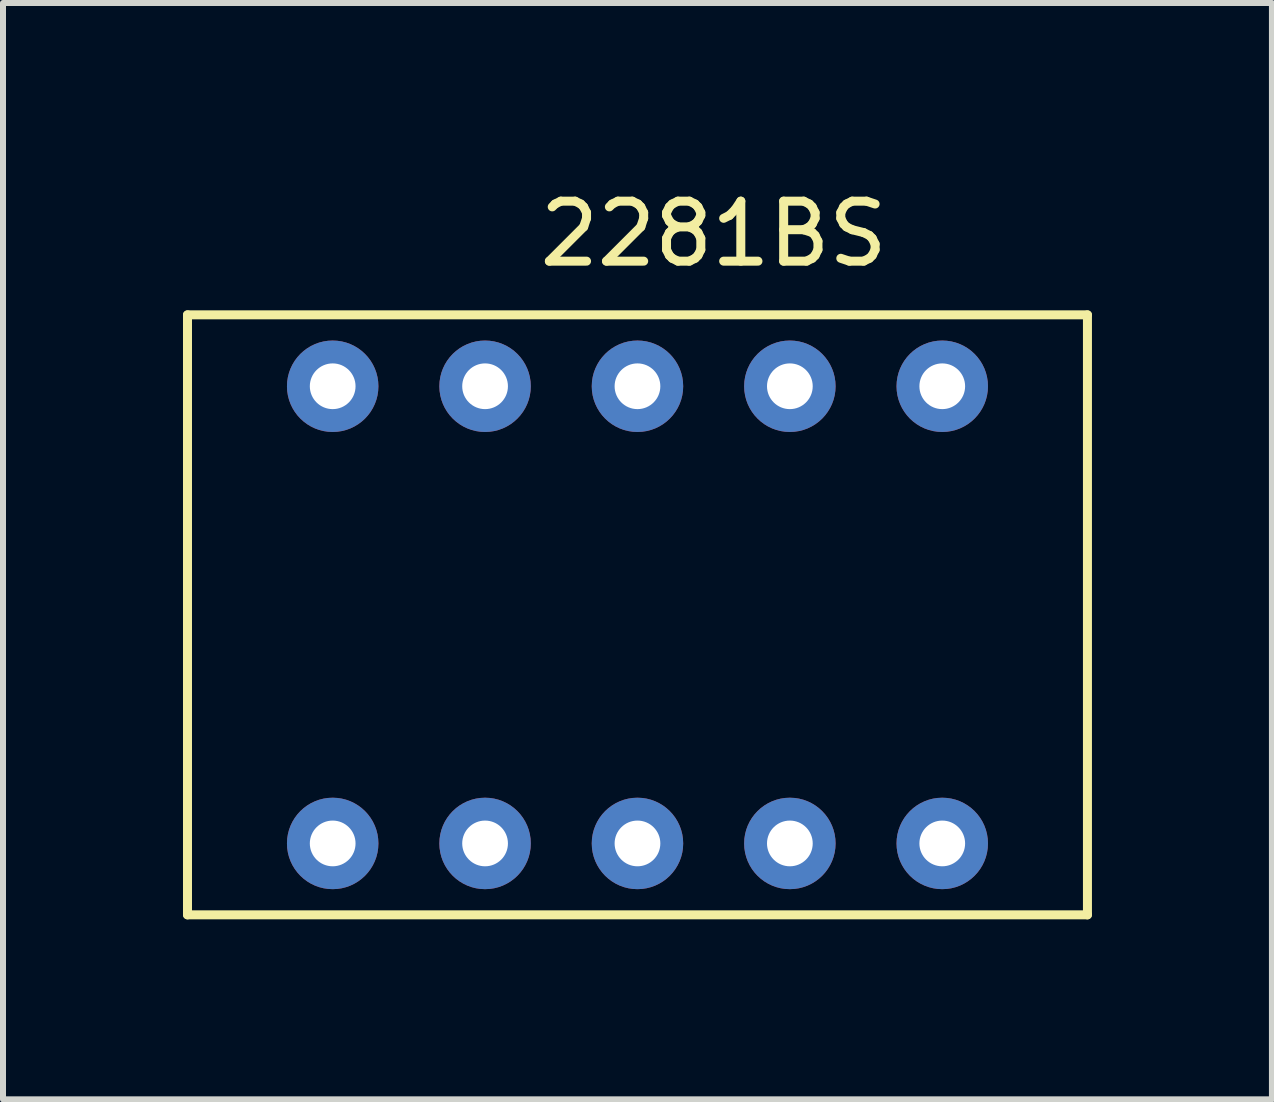
<source format=kicad_pcb>
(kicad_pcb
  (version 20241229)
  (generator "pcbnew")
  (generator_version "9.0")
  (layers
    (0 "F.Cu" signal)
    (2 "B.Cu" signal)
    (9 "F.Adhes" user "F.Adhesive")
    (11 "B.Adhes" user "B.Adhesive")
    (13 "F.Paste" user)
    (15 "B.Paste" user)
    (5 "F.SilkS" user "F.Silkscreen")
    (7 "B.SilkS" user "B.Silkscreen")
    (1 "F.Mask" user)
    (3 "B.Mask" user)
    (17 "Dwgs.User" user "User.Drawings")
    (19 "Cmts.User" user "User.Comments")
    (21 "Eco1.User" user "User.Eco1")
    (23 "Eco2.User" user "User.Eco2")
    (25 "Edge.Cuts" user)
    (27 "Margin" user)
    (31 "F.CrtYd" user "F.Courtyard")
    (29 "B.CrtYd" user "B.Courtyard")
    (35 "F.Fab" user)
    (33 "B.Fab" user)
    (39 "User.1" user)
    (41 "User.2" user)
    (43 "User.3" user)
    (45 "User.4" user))
  (footprint "2281BS"
    (layer "F.Cu")
    (at 7.575 7.198)
    (property "Reference" "2281BS" (at 1.27 -6.35 0) (layer "F.SilkS") (effects (font (size 1 1) (thickness 0.15))))
    (attr through_hole)
    (fp_line (start -7.5 -5) (end 7.5 -5) (stroke (width 0.15) (type solid)) (layer "F.SilkS"))
    (fp_line (start -7.5 5) (end -7.5 -5) (stroke (width 0.15) (type solid)) (layer "F.SilkS"))
    (fp_line (start 7.5 -5) (end 7.5 5) (stroke (width 0.15) (type solid)) (layer "F.SilkS"))
    (fp_line (start 7.5 5) (end -7.5 5) (stroke (width 0.15) (type solid)) (layer "F.SilkS"))
    (pad "1" thru_hole circle (at -5.08 3.81) (size 1.524 1.524) (drill 0.762) (layers "*.Cu" "*.Mask"))
    (pad "2" thru_hole circle (at -2.54 3.81) (size 1.524 1.524) (drill 0.762) (layers "*.Cu" "*.Mask"))
    (pad "3" thru_hole circle (at 0 3.81) (size 1.524 1.524) (drill 0.762) (layers "*.Cu" "*.Mask"))
    (pad "4" thru_hole circle (at 2.54 3.81) (size 1.524 1.524) (drill 0.762) (layers "*.Cu" "*.Mask"))
    (pad "5" thru_hole circle (at 5.08 3.81) (size 1.524 1.524) (drill 0.762) (layers "*.Cu" "*.Mask"))
    (pad "6" thru_hole circle (at 5.08 -3.81) (size 1.524 1.524) (drill 0.762) (layers "*.Cu" "*.Mask"))
    (pad "7" thru_hole circle (at 2.54 -3.81) (size 1.524 1.524) (drill 0.762) (layers "*.Cu" "*.Mask"))
    (pad "8" thru_hole circle (at 0 -3.81) (size 1.524 1.524) (drill 0.762) (layers "*.Cu" "*.Mask"))
    (pad "9" thru_hole circle (at -2.54 -3.81) (size 1.524 1.524) (drill 0.762) (layers "*.Cu" "*.Mask"))
    (pad "10" thru_hole circle (at -5.08 -3.81) (size 1.524 1.524) (drill 0.762) (layers "*.Cu" "*.Mask")))
  (gr_rect
    (start -3 -3)
    (end 18.15 15.273)
    (stroke (width 0.1) (type default))
    (fill no)
    (layer "Edge.Cuts")))
</source>
